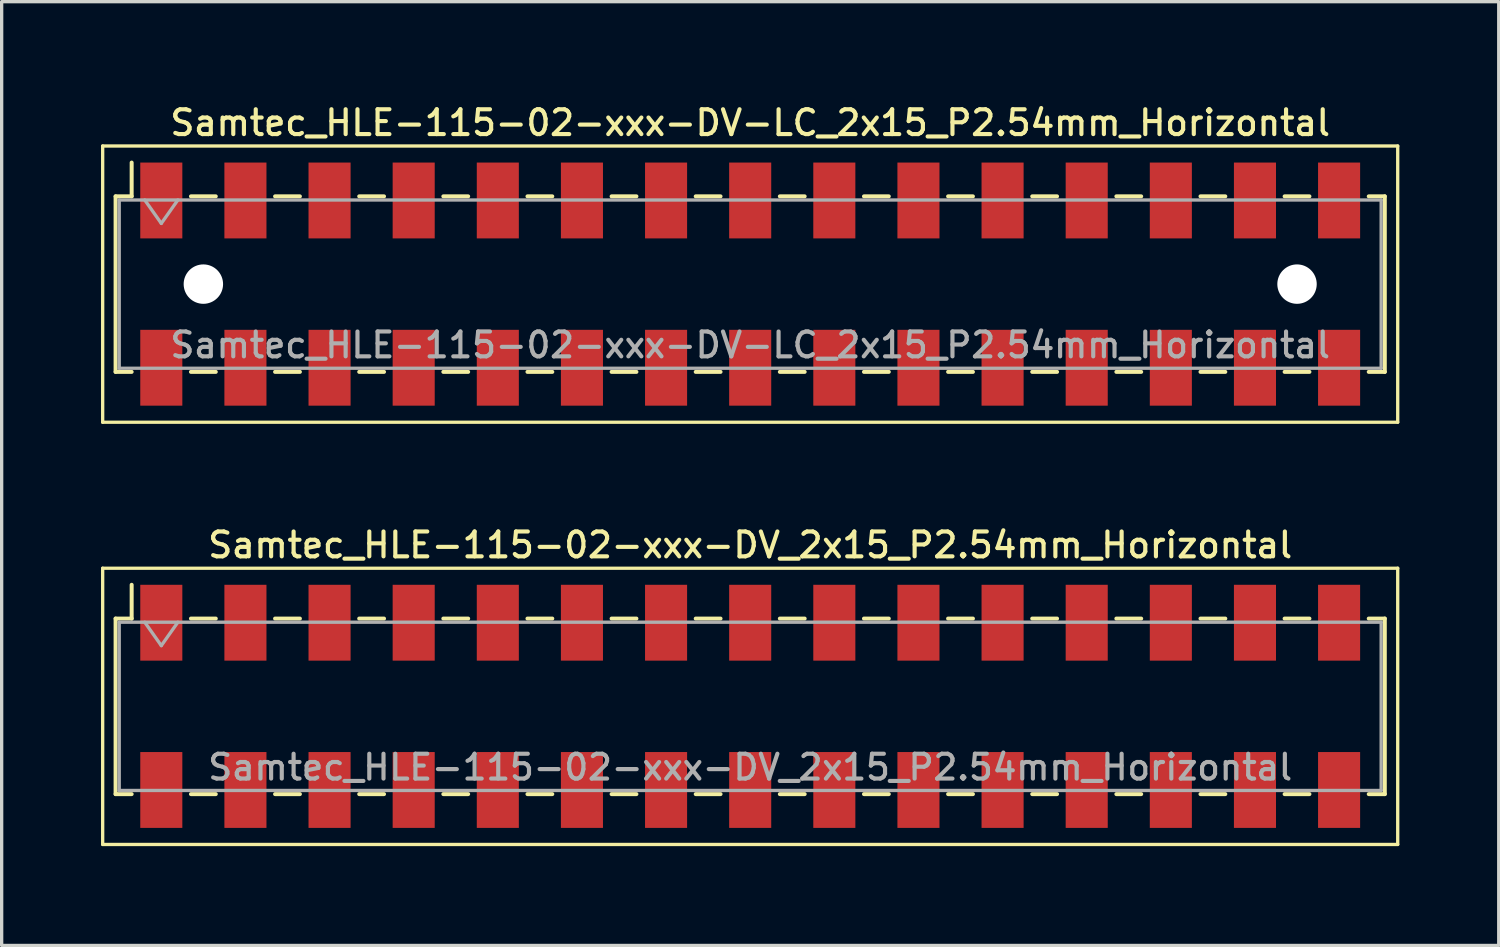
<source format=kicad_pcb>
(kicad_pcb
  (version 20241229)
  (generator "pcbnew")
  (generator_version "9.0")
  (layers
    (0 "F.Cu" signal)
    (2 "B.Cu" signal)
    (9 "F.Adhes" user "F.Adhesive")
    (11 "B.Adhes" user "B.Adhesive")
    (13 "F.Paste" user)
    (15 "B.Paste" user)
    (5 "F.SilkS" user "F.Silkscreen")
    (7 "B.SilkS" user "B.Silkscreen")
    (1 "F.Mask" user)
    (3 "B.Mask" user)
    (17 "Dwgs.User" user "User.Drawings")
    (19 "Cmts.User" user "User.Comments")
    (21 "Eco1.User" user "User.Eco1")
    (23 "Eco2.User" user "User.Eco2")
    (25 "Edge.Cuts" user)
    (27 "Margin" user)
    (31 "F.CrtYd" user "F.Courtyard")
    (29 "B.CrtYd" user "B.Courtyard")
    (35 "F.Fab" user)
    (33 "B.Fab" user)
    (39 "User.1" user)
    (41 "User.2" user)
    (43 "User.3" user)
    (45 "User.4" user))
  (footprint "Samtec_HLE-115-02-xxx-DV-LC_2x15_P2.54mm_Horizontal"
    (layer "F.Cu")
    (at 19.6 5.528)
    (property "Reference" "Samtec_HLE-115-02-xxx-DV-LC_2x15_P2.54mm_Horizontal" (at 0 -4.87 0) (layer "F.SilkS") (effects (font (size 0.75 0.75) (thickness 0.125))))
    (attr smd)
    (fp_line (start -19.55 -4.17) (end 19.55 -4.17) (stroke (width 0.1) (type solid)) (layer "F.SilkS"))
    (fp_line (start -19.55 4.17) (end -19.55 -4.17) (stroke (width 0.1) (type solid)) (layer "F.SilkS"))
    (fp_line (start -19.16 -2.65) (end -19.16 2.65) (stroke (width 0.12) (type solid)) (layer "F.SilkS"))
    (fp_line (start -19.16 2.65) (end -18.675 2.65) (stroke (width 0.12) (type solid)) (layer "F.SilkS"))
    (fp_line (start -18.675 -3.67) (end -18.675 -2.65) (stroke (width 0.12) (type solid)) (layer "F.SilkS"))
    (fp_line (start -18.675 -2.65) (end -19.16 -2.65) (stroke (width 0.12) (type solid)) (layer "F.SilkS"))
    (fp_line (start -16.885 -2.65) (end -16.135 -2.65) (stroke (width 0.12) (type solid)) (layer "F.SilkS"))
    (fp_line (start -16.885 2.65) (end -16.135 2.65) (stroke (width 0.12) (type solid)) (layer "F.SilkS"))
    (fp_line (start -14.345 -2.65) (end -13.595 -2.65) (stroke (width 0.12) (type solid)) (layer "F.SilkS"))
    (fp_line (start -14.345 2.65) (end -13.595 2.65) (stroke (width 0.12) (type solid)) (layer "F.SilkS"))
    (fp_line (start -11.805 -2.65) (end -11.055 -2.65) (stroke (width 0.12) (type solid)) (layer "F.SilkS"))
    (fp_line (start -11.805 2.65) (end -11.055 2.65) (stroke (width 0.12) (type solid)) (layer "F.SilkS"))
    (fp_line (start -9.265 -2.65) (end -8.515 -2.65) (stroke (width 0.12) (type solid)) (layer "F.SilkS"))
    (fp_line (start -9.265 2.65) (end -8.515 2.65) (stroke (width 0.12) (type solid)) (layer "F.SilkS"))
    (fp_line (start -6.725 -2.65) (end -5.975 -2.65) (stroke (width 0.12) (type solid)) (layer "F.SilkS"))
    (fp_line (start -6.725 2.65) (end -5.975 2.65) (stroke (width 0.12) (type solid)) (layer "F.SilkS"))
    (fp_line (start -4.185 -2.65) (end -3.435 -2.65) (stroke (width 0.12) (type solid)) (layer "F.SilkS"))
    (fp_line (start -4.185 2.65) (end -3.435 2.65) (stroke (width 0.12) (type solid)) (layer "F.SilkS"))
    (fp_line (start -1.645 -2.65) (end -0.895 -2.65) (stroke (width 0.12) (type solid)) (layer "F.SilkS"))
    (fp_line (start -1.645 2.65) (end -0.895 2.65) (stroke (width 0.12) (type solid)) (layer "F.SilkS"))
    (fp_line (start 0.895 -2.65) (end 1.645 -2.65) (stroke (width 0.12) (type solid)) (layer "F.SilkS"))
    (fp_line (start 0.895 2.65) (end 1.645 2.65) (stroke (width 0.12) (type solid)) (layer "F.SilkS"))
    (fp_line (start 3.435 -2.65) (end 4.185 -2.65) (stroke (width 0.12) (type solid)) (layer "F.SilkS"))
    (fp_line (start 3.435 2.65) (end 4.185 2.65) (stroke (width 0.12) (type solid)) (layer "F.SilkS"))
    (fp_line (start 5.975 -2.65) (end 6.725 -2.65) (stroke (width 0.12) (type solid)) (layer "F.SilkS"))
    (fp_line (start 5.975 2.65) (end 6.725 2.65) (stroke (width 0.12) (type solid)) (layer "F.SilkS"))
    (fp_line (start 8.515 -2.65) (end 9.265 -2.65) (stroke (width 0.12) (type solid)) (layer "F.SilkS"))
    (fp_line (start 8.515 2.65) (end 9.265 2.65) (stroke (width 0.12) (type solid)) (layer "F.SilkS"))
    (fp_line (start 11.055 -2.65) (end 11.805 -2.65) (stroke (width 0.12) (type solid)) (layer "F.SilkS"))
    (fp_line (start 11.055 2.65) (end 11.805 2.65) (stroke (width 0.12) (type solid)) (layer "F.SilkS"))
    (fp_line (start 13.595 -2.65) (end 14.345 -2.65) (stroke (width 0.12) (type solid)) (layer "F.SilkS"))
    (fp_line (start 13.595 2.65) (end 14.345 2.65) (stroke (width 0.12) (type solid)) (layer "F.SilkS"))
    (fp_line (start 16.135 -2.65) (end 16.885 -2.65) (stroke (width 0.12) (type solid)) (layer "F.SilkS"))
    (fp_line (start 16.135 2.65) (end 16.885 2.65) (stroke (width 0.12) (type solid)) (layer "F.SilkS"))
    (fp_line (start 18.675 -2.65) (end 19.16 -2.65) (stroke (width 0.12) (type solid)) (layer "F.SilkS"))
    (fp_line (start 19.16 -2.65) (end 19.16 2.65) (stroke (width 0.12) (type solid)) (layer "F.SilkS"))
    (fp_line (start 19.16 2.65) (end 18.675 2.65) (stroke (width 0.12) (type solid)) (layer "F.SilkS"))
    (fp_line (start 19.55 -4.17) (end 19.55 4.17) (stroke (width 0.1) (type solid)) (layer "F.SilkS"))
    (fp_line (start 19.55 4.17) (end -19.55 4.17) (stroke (width 0.1) (type solid)) (layer "F.SilkS"))
    (fp_line (start -19.05 -2.54) (end 19.05 -2.54) (stroke (width 0.1) (type solid)) (layer "F.Fab"))
    (fp_line (start -19.05 2.54) (end -19.05 -2.54) (stroke (width 0.1) (type solid)) (layer "F.Fab"))
    (fp_line (start -18.28 -2.54) (end -17.78 -1.833) (stroke (width 0.1) (type solid)) (layer "F.Fab"))
    (fp_line (start -17.78 -1.833) (end -17.28 -2.54) (stroke (width 0.1) (type solid)) (layer "F.Fab"))
    (fp_line (start 19.05 -2.54) (end 19.05 2.54) (stroke (width 0.1) (type solid)) (layer "F.Fab"))
    (fp_line (start 19.05 2.54) (end -19.05 2.54) (stroke (width 0.1) (type solid)) (layer "F.Fab"))
    (fp_text user "${REFERENCE}" (at 0 1.84 0) (layer "F.Fab") (effects (font (size 0.75 0.75) (thickness 0.125))))
    (pad "" np_thru_hole circle (at -16.51 0) (size 1.19 1.19) (drill 1.19) (layers "*.Cu" "*.Mask"))
    (pad "" np_thru_hole circle (at 16.51 0) (size 1.19 1.19) (drill 1.19) (layers "*.Cu" "*.Mask"))
    (pad "1" smd rect (at -17.78 -2.525) (size 1.27 2.29) (layers "F.Cu" "F.Mask" "F.Paste"))
    (pad "2" smd rect (at -17.78 2.525) (size 1.27 2.29) (layers "F.Cu" "F.Mask" "F.Paste"))
    (pad "3" smd rect (at -15.24 -2.525) (size 1.27 2.29) (layers "F.Cu" "F.Mask" "F.Paste"))
    (pad "4" smd rect (at -15.24 2.525) (size 1.27 2.29) (layers "F.Cu" "F.Mask" "F.Paste"))
    (pad "5" smd rect (at -12.7 -2.525) (size 1.27 2.29) (layers "F.Cu" "F.Mask" "F.Paste"))
    (pad "6" smd rect (at -12.7 2.525) (size 1.27 2.29) (layers "F.Cu" "F.Mask" "F.Paste"))
    (pad "7" smd rect (at -10.16 -2.525) (size 1.27 2.29) (layers "F.Cu" "F.Mask" "F.Paste"))
    (pad "8" smd rect (at -10.16 2.525) (size 1.27 2.29) (layers "F.Cu" "F.Mask" "F.Paste"))
    (pad "9" smd rect (at -7.62 -2.525) (size 1.27 2.29) (layers "F.Cu" "F.Mask" "F.Paste"))
    (pad "10" smd rect (at -7.62 2.525) (size 1.27 2.29) (layers "F.Cu" "F.Mask" "F.Paste"))
    (pad "11" smd rect (at -5.08 -2.525) (size 1.27 2.29) (layers "F.Cu" "F.Mask" "F.Paste"))
    (pad "12" smd rect (at -5.08 2.525) (size 1.27 2.29) (layers "F.Cu" "F.Mask" "F.Paste"))
    (pad "13" smd rect (at -2.54 -2.525) (size 1.27 2.29) (layers "F.Cu" "F.Mask" "F.Paste"))
    (pad "14" smd rect (at -2.54 2.525) (size 1.27 2.29) (layers "F.Cu" "F.Mask" "F.Paste"))
    (pad "15" smd rect (at 0 -2.525) (size 1.27 2.29) (layers "F.Cu" "F.Mask" "F.Paste"))
    (pad "16" smd rect (at 0 2.525) (size 1.27 2.29) (layers "F.Cu" "F.Mask" "F.Paste"))
    (pad "17" smd rect (at 2.54 -2.525) (size 1.27 2.29) (layers "F.Cu" "F.Mask" "F.Paste"))
    (pad "18" smd rect (at 2.54 2.525) (size 1.27 2.29) (layers "F.Cu" "F.Mask" "F.Paste"))
    (pad "19" smd rect (at 5.08 -2.525) (size 1.27 2.29) (layers "F.Cu" "F.Mask" "F.Paste"))
    (pad "20" smd rect (at 5.08 2.525) (size 1.27 2.29) (layers "F.Cu" "F.Mask" "F.Paste"))
    (pad "21" smd rect (at 7.62 -2.525) (size 1.27 2.29) (layers "F.Cu" "F.Mask" "F.Paste"))
    (pad "22" smd rect (at 7.62 2.525) (size 1.27 2.29) (layers "F.Cu" "F.Mask" "F.Paste"))
    (pad "23" smd rect (at 10.16 -2.525) (size 1.27 2.29) (layers "F.Cu" "F.Mask" "F.Paste"))
    (pad "24" smd rect (at 10.16 2.525) (size 1.27 2.29) (layers "F.Cu" "F.Mask" "F.Paste"))
    (pad "25" smd rect (at 12.7 -2.525) (size 1.27 2.29) (layers "F.Cu" "F.Mask" "F.Paste"))
    (pad "26" smd rect (at 12.7 2.525) (size 1.27 2.29) (layers "F.Cu" "F.Mask" "F.Paste"))
    (pad "27" smd rect (at 15.24 -2.525) (size 1.27 2.29) (layers "F.Cu" "F.Mask" "F.Paste"))
    (pad "28" smd rect (at 15.24 2.525) (size 1.27 2.29) (layers "F.Cu" "F.Mask" "F.Paste"))
    (pad "29" smd rect (at 17.78 -2.525) (size 1.27 2.29) (layers "F.Cu" "F.Mask" "F.Paste"))
    (pad "30" smd rect (at 17.78 2.525) (size 1.27 2.29) (layers "F.Cu" "F.Mask" "F.Paste")))
  (footprint "Samtec_HLE-115-02-xxx-DV_2x15_P2.54mm_Horizontal"
    (layer "F.Cu")
    (at 19.6 18.276)
    (property "Reference" "Samtec_HLE-115-02-xxx-DV_2x15_P2.54mm_Horizontal" (at 0 -4.87 0) (layer "F.SilkS") (effects (font (size 0.75 0.75) (thickness 0.125))))
    (attr smd)
    (fp_line (start -19.55 -4.17) (end 19.55 -4.17) (stroke (width 0.1) (type solid)) (layer "F.SilkS"))
    (fp_line (start -19.55 4.17) (end -19.55 -4.17) (stroke (width 0.1) (type solid)) (layer "F.SilkS"))
    (fp_line (start -19.16 -2.65) (end -19.16 2.65) (stroke (width 0.12) (type solid)) (layer "F.SilkS"))
    (fp_line (start -19.16 2.65) (end -18.675 2.65) (stroke (width 0.12) (type solid)) (layer "F.SilkS"))
    (fp_line (start -18.675 -3.67) (end -18.675 -2.65) (stroke (width 0.12) (type solid)) (layer "F.SilkS"))
    (fp_line (start -18.675 -2.65) (end -19.16 -2.65) (stroke (width 0.12) (type solid)) (layer "F.SilkS"))
    (fp_line (start -16.885 -2.65) (end -16.135 -2.65) (stroke (width 0.12) (type solid)) (layer "F.SilkS"))
    (fp_line (start -16.885 2.65) (end -16.135 2.65) (stroke (width 0.12) (type solid)) (layer "F.SilkS"))
    (fp_line (start -14.345 -2.65) (end -13.595 -2.65) (stroke (width 0.12) (type solid)) (layer "F.SilkS"))
    (fp_line (start -14.345 2.65) (end -13.595 2.65) (stroke (width 0.12) (type solid)) (layer "F.SilkS"))
    (fp_line (start -11.805 -2.65) (end -11.055 -2.65) (stroke (width 0.12) (type solid)) (layer "F.SilkS"))
    (fp_line (start -11.805 2.65) (end -11.055 2.65) (stroke (width 0.12) (type solid)) (layer "F.SilkS"))
    (fp_line (start -9.265 -2.65) (end -8.515 -2.65) (stroke (width 0.12) (type solid)) (layer "F.SilkS"))
    (fp_line (start -9.265 2.65) (end -8.515 2.65) (stroke (width 0.12) (type solid)) (layer "F.SilkS"))
    (fp_line (start -6.725 -2.65) (end -5.975 -2.65) (stroke (width 0.12) (type solid)) (layer "F.SilkS"))
    (fp_line (start -6.725 2.65) (end -5.975 2.65) (stroke (width 0.12) (type solid)) (layer "F.SilkS"))
    (fp_line (start -4.185 -2.65) (end -3.435 -2.65) (stroke (width 0.12) (type solid)) (layer "F.SilkS"))
    (fp_line (start -4.185 2.65) (end -3.435 2.65) (stroke (width 0.12) (type solid)) (layer "F.SilkS"))
    (fp_line (start -1.645 -2.65) (end -0.895 -2.65) (stroke (width 0.12) (type solid)) (layer "F.SilkS"))
    (fp_line (start -1.645 2.65) (end -0.895 2.65) (stroke (width 0.12) (type solid)) (layer "F.SilkS"))
    (fp_line (start 0.895 -2.65) (end 1.645 -2.65) (stroke (width 0.12) (type solid)) (layer "F.SilkS"))
    (fp_line (start 0.895 2.65) (end 1.645 2.65) (stroke (width 0.12) (type solid)) (layer "F.SilkS"))
    (fp_line (start 3.435 -2.65) (end 4.185 -2.65) (stroke (width 0.12) (type solid)) (layer "F.SilkS"))
    (fp_line (start 3.435 2.65) (end 4.185 2.65) (stroke (width 0.12) (type solid)) (layer "F.SilkS"))
    (fp_line (start 5.975 -2.65) (end 6.725 -2.65) (stroke (width 0.12) (type solid)) (layer "F.SilkS"))
    (fp_line (start 5.975 2.65) (end 6.725 2.65) (stroke (width 0.12) (type solid)) (layer "F.SilkS"))
    (fp_line (start 8.515 -2.65) (end 9.265 -2.65) (stroke (width 0.12) (type solid)) (layer "F.SilkS"))
    (fp_line (start 8.515 2.65) (end 9.265 2.65) (stroke (width 0.12) (type solid)) (layer "F.SilkS"))
    (fp_line (start 11.055 -2.65) (end 11.805 -2.65) (stroke (width 0.12) (type solid)) (layer "F.SilkS"))
    (fp_line (start 11.055 2.65) (end 11.805 2.65) (stroke (width 0.12) (type solid)) (layer "F.SilkS"))
    (fp_line (start 13.595 -2.65) (end 14.345 -2.65) (stroke (width 0.12) (type solid)) (layer "F.SilkS"))
    (fp_line (start 13.595 2.65) (end 14.345 2.65) (stroke (width 0.12) (type solid)) (layer "F.SilkS"))
    (fp_line (start 16.135 -2.65) (end 16.885 -2.65) (stroke (width 0.12) (type solid)) (layer "F.SilkS"))
    (fp_line (start 16.135 2.65) (end 16.885 2.65) (stroke (width 0.12) (type solid)) (layer "F.SilkS"))
    (fp_line (start 18.675 -2.65) (end 19.16 -2.65) (stroke (width 0.12) (type solid)) (layer "F.SilkS"))
    (fp_line (start 19.16 -2.65) (end 19.16 2.65) (stroke (width 0.12) (type solid)) (layer "F.SilkS"))
    (fp_line (start 19.16 2.65) (end 18.675 2.65) (stroke (width 0.12) (type solid)) (layer "F.SilkS"))
    (fp_line (start 19.55 -4.17) (end 19.55 4.17) (stroke (width 0.1) (type solid)) (layer "F.SilkS"))
    (fp_line (start 19.55 4.17) (end -19.55 4.17) (stroke (width 0.1) (type solid)) (layer "F.SilkS"))
    (fp_line (start -19.05 -2.54) (end 19.05 -2.54) (stroke (width 0.1) (type solid)) (layer "F.Fab"))
    (fp_line (start -19.05 2.54) (end -19.05 -2.54) (stroke (width 0.1) (type solid)) (layer "F.Fab"))
    (fp_line (start -18.28 -2.54) (end -17.78 -1.833) (stroke (width 0.1) (type solid)) (layer "F.Fab"))
    (fp_line (start -17.78 -1.833) (end -17.28 -2.54) (stroke (width 0.1) (type solid)) (layer "F.Fab"))
    (fp_line (start 19.05 -2.54) (end 19.05 2.54) (stroke (width 0.1) (type solid)) (layer "F.Fab"))
    (fp_line (start 19.05 2.54) (end -19.05 2.54) (stroke (width 0.1) (type solid)) (layer "F.Fab"))
    (fp_text user "${REFERENCE}" (at 0 1.84 0) (layer "F.Fab") (effects (font (size 0.75 0.75) (thickness 0.125))))
    (pad "1" smd rect (at -17.78 -2.525) (size 1.27 2.29) (layers "F.Cu" "F.Mask" "F.Paste"))
    (pad "2" smd rect (at -17.78 2.525) (size 1.27 2.29) (layers "F.Cu" "F.Mask" "F.Paste"))
    (pad "3" smd rect (at -15.24 -2.525) (size 1.27 2.29) (layers "F.Cu" "F.Mask" "F.Paste"))
    (pad "4" smd rect (at -15.24 2.525) (size 1.27 2.29) (layers "F.Cu" "F.Mask" "F.Paste"))
    (pad "5" smd rect (at -12.7 -2.525) (size 1.27 2.29) (layers "F.Cu" "F.Mask" "F.Paste"))
    (pad "6" smd rect (at -12.7 2.525) (size 1.27 2.29) (layers "F.Cu" "F.Mask" "F.Paste"))
    (pad "7" smd rect (at -10.16 -2.525) (size 1.27 2.29) (layers "F.Cu" "F.Mask" "F.Paste"))
    (pad "8" smd rect (at -10.16 2.525) (size 1.27 2.29) (layers "F.Cu" "F.Mask" "F.Paste"))
    (pad "9" smd rect (at -7.62 -2.525) (size 1.27 2.29) (layers "F.Cu" "F.Mask" "F.Paste"))
    (pad "10" smd rect (at -7.62 2.525) (size 1.27 2.29) (layers "F.Cu" "F.Mask" "F.Paste"))
    (pad "11" smd rect (at -5.08 -2.525) (size 1.27 2.29) (layers "F.Cu" "F.Mask" "F.Paste"))
    (pad "12" smd rect (at -5.08 2.525) (size 1.27 2.29) (layers "F.Cu" "F.Mask" "F.Paste"))
    (pad "13" smd rect (at -2.54 -2.525) (size 1.27 2.29) (layers "F.Cu" "F.Mask" "F.Paste"))
    (pad "14" smd rect (at -2.54 2.525) (size 1.27 2.29) (layers "F.Cu" "F.Mask" "F.Paste"))
    (pad "15" smd rect (at 0 -2.525) (size 1.27 2.29) (layers "F.Cu" "F.Mask" "F.Paste"))
    (pad "16" smd rect (at 0 2.525) (size 1.27 2.29) (layers "F.Cu" "F.Mask" "F.Paste"))
    (pad "17" smd rect (at 2.54 -2.525) (size 1.27 2.29) (layers "F.Cu" "F.Mask" "F.Paste"))
    (pad "18" smd rect (at 2.54 2.525) (size 1.27 2.29) (layers "F.Cu" "F.Mask" "F.Paste"))
    (pad "19" smd rect (at 5.08 -2.525) (size 1.27 2.29) (layers "F.Cu" "F.Mask" "F.Paste"))
    (pad "20" smd rect (at 5.08 2.525) (size 1.27 2.29) (layers "F.Cu" "F.Mask" "F.Paste"))
    (pad "21" smd rect (at 7.62 -2.525) (size 1.27 2.29) (layers "F.Cu" "F.Mask" "F.Paste"))
    (pad "22" smd rect (at 7.62 2.525) (size 1.27 2.29) (layers "F.Cu" "F.Mask" "F.Paste"))
    (pad "23" smd rect (at 10.16 -2.525) (size 1.27 2.29) (layers "F.Cu" "F.Mask" "F.Paste"))
    (pad "24" smd rect (at 10.16 2.525) (size 1.27 2.29) (layers "F.Cu" "F.Mask" "F.Paste"))
    (pad "25" smd rect (at 12.7 -2.525) (size 1.27 2.29) (layers "F.Cu" "F.Mask" "F.Paste"))
    (pad "26" smd rect (at 12.7 2.525) (size 1.27 2.29) (layers "F.Cu" "F.Mask" "F.Paste"))
    (pad "27" smd rect (at 15.24 -2.525) (size 1.27 2.29) (layers "F.Cu" "F.Mask" "F.Paste"))
    (pad "28" smd rect (at 15.24 2.525) (size 1.27 2.29) (layers "F.Cu" "F.Mask" "F.Paste"))
    (pad "29" smd rect (at 17.78 -2.525) (size 1.27 2.29) (layers "F.Cu" "F.Mask" "F.Paste"))
    (pad "30" smd rect (at 17.78 2.525) (size 1.27 2.29) (layers "F.Cu" "F.Mask" "F.Paste")))
  (gr_rect
    (start -3 -3)
    (end 42.2 25.496)
    (stroke (width 0.1) (type default))
    (fill no)
    (layer "Edge.Cuts")))
</source>
